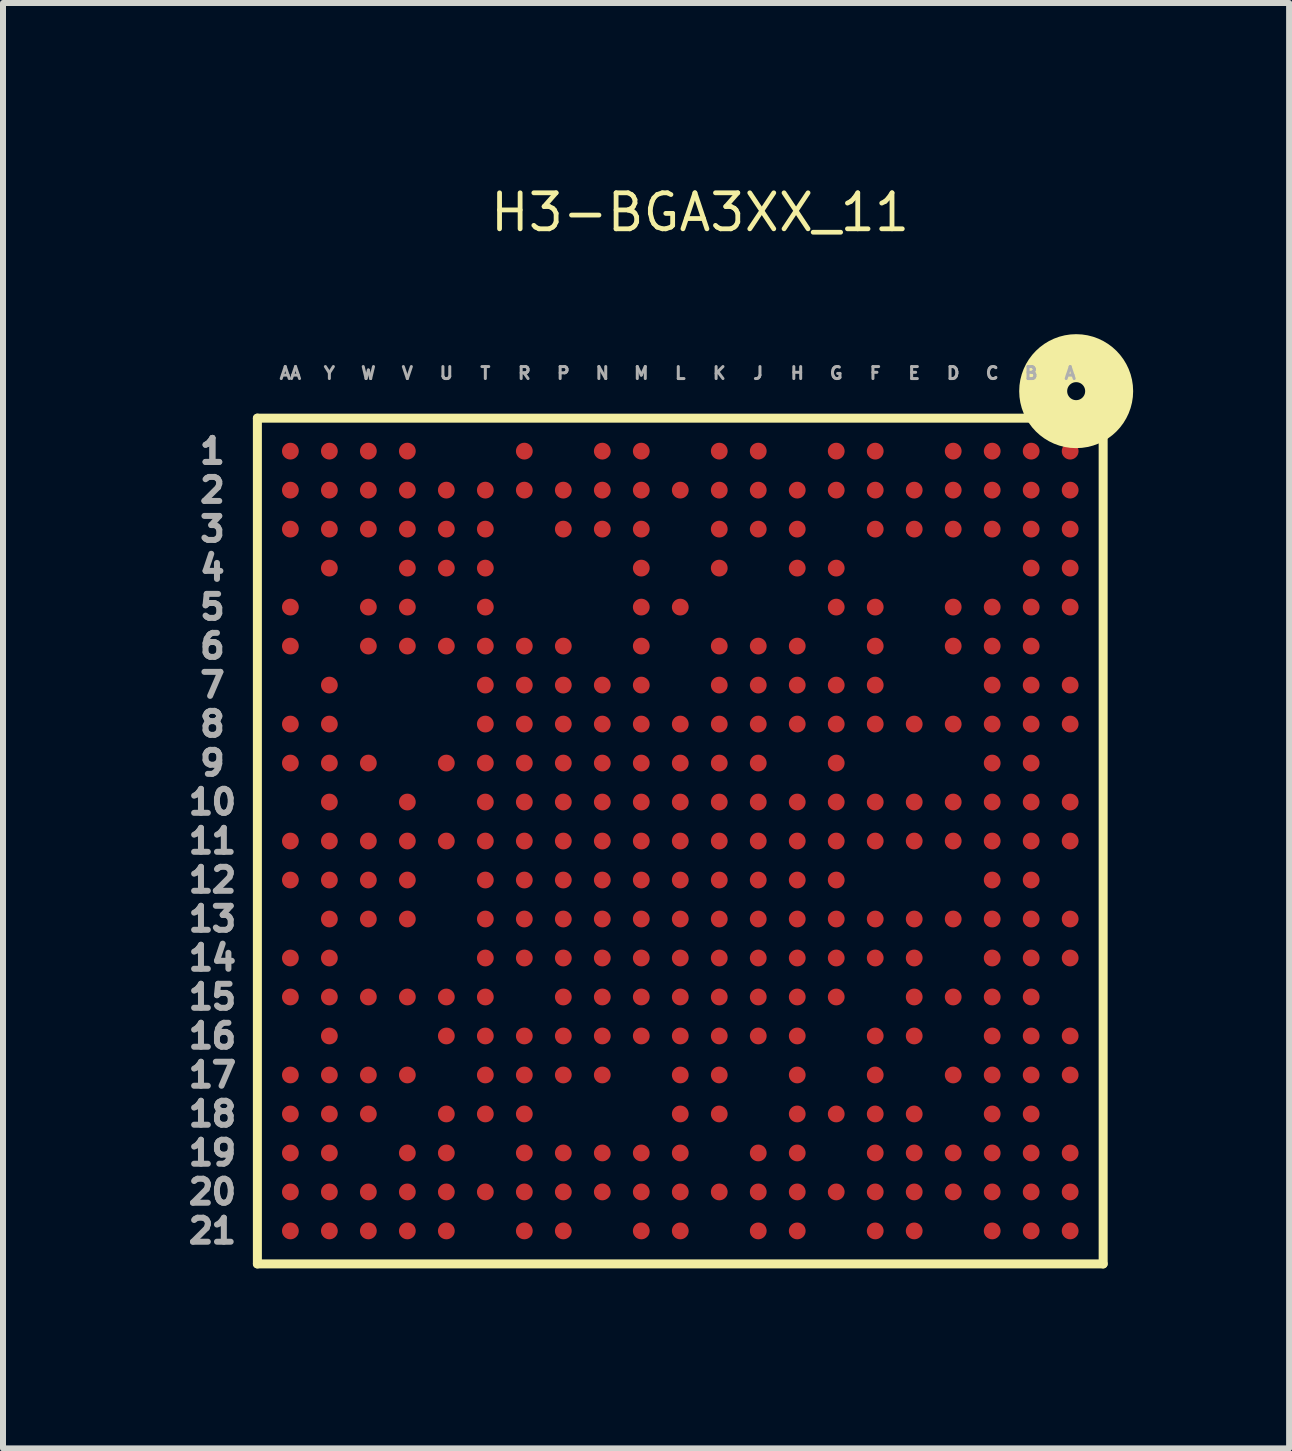
<source format=kicad_pcb>
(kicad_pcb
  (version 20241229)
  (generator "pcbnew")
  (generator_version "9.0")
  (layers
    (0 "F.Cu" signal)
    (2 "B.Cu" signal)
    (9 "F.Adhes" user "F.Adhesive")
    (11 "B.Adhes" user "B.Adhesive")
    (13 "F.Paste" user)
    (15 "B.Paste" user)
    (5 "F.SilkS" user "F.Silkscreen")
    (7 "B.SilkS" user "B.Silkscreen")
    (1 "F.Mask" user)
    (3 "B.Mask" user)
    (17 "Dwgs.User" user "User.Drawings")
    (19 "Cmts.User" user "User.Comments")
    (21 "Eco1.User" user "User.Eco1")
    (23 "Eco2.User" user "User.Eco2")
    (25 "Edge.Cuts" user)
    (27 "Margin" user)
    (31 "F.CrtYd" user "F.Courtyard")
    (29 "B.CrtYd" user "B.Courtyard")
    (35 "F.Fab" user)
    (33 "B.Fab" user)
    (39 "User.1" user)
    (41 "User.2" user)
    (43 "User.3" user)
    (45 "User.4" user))
  (footprint "H3-BGA3XX_11"
    (layer "F.Cu")
    (at 8.291 10.971)
    (property "Reference" "H3-BGA3XX_11" (at 0.33 -10.48 0) (layer "F.SilkS") (effects (font (size 0.6 0.6) (thickness 0.08))))
    (attr through_hole)
    (fp_line (start -7.05 -7.05) (end 7.05 -7.05) (stroke (width 0.15) (type solid)) (layer "F.SilkS"))
    (fp_line (start -7.05 7.05) (end -7.05 -7.05) (stroke (width 0.15) (type solid)) (layer "F.SilkS"))
    (fp_line (start 6.731 -6.985) (end 6.985 -6.731) (stroke (width 0.12) (type solid)) (layer "F.SilkS"))
    (fp_line (start 7.05 -7.05) (end 7.05 7.05) (stroke (width 0.15) (type solid)) (layer "F.SilkS"))
    (fp_line (start 7.05 7.05) (end -7.05 7.05) (stroke (width 0.15) (type solid)) (layer "F.SilkS"))
    (fp_circle (center 6.6 -7.5) (end 6.75 -7.5) (stroke (width 0.8) (type solid)) (fill no) (layer "F.SilkS"))
    (fp_text user "4" (at -7.8 -4.55 0) (layer "F.Fab") (effects (font (size 0.4 0.4) (thickness 0.1))))
    (fp_text user "J" (at 1.3 -7.8 0) (layer "F.Fab") (effects (font (size 0.2 0.2) (thickness 0.05))))
    (fp_text user "U" (at -3.9 -7.8 0) (layer "F.Fab") (effects (font (size 0.2 0.2) (thickness 0.05))))
    (fp_text user "T" (at -3.25 -7.8 0) (layer "F.Fab") (effects (font (size 0.2 0.2) (thickness 0.05))))
    (fp_text user "L" (at 0 -7.8 0) (layer "F.Fab") (effects (font (size 0.2 0.2) (thickness 0.05))))
    (fp_text user "H" (at 1.95 -7.8 0) (layer "F.Fab") (effects (font (size 0.2 0.2) (thickness 0.05))))
    (fp_text user "17" (at -7.8 3.9 0) (layer "F.Fab") (effects (font (size 0.4 0.4) (thickness 0.1))))
    (fp_text user "D" (at 4.55 -7.8 0) (layer "F.Fab") (effects (font (size 0.2 0.2) (thickness 0.05))))
    (fp_text user "V" (at -4.55 -7.8 0) (layer "F.Fab") (effects (font (size 0.2 0.2) (thickness 0.05))))
    (fp_text user "E" (at 3.9 -7.8 0) (layer "F.Fab") (effects (font (size 0.2 0.2) (thickness 0.05))))
    (fp_text user "14" (at -7.8 1.95 0) (layer "F.Fab") (effects (font (size 0.4 0.4) (thickness 0.1))))
    (fp_text user "20" (at -7.8 5.85 0) (layer "F.Fab") (effects (font (size 0.4 0.4) (thickness 0.1))))
    (fp_text user "3" (at -7.8 -5.2 0) (layer "F.Fab") (effects (font (size 0.4 0.4) (thickness 0.1))))
    (fp_text user "A" (at 6.5 -7.8 0) (layer "F.Fab") (effects (font (size 0.2 0.2) (thickness 0.05))))
    (fp_text user "K" (at 0.65 -7.8 0) (layer "F.Fab") (effects (font (size 0.2 0.2) (thickness 0.05))))
    (fp_text user "13" (at -7.8 1.3 0) (layer "F.Fab") (effects (font (size 0.4 0.4) (thickness 0.1))))
    (fp_text user "M" (at -0.65 -7.8 0) (layer "F.Fab") (effects (font (size 0.2 0.2) (thickness 0.05))))
    (fp_text user "Y" (at -5.85 -7.8 0) (layer "F.Fab") (effects (font (size 0.2 0.2) (thickness 0.05))))
    (fp_text user "19" (at -7.8 5.2 0) (layer "F.Fab") (effects (font (size 0.4 0.4) (thickness 0.1))))
    (fp_text user "F" (at 3.25 -7.8 0) (layer "F.Fab") (effects (font (size 0.2 0.2) (thickness 0.05))))
    (fp_text user "1" (at -7.8 -6.5 0) (layer "F.Fab") (effects (font (size 0.4 0.4) (thickness 0.1))))
    (fp_text user "5" (at -7.8 -3.9 0) (layer "F.Fab") (effects (font (size 0.4 0.4) (thickness 0.1))))
    (fp_text user "9" (at -7.8 -1.3 0) (layer "F.Fab") (effects (font (size 0.4 0.4) (thickness 0.1))))
    (fp_text user "2" (at -7.8 -5.85 0) (layer "F.Fab") (effects (font (size 0.4 0.4) (thickness 0.1))))
    (fp_text user "11" (at -7.8 0 0) (layer "F.Fab") (effects (font (size 0.4 0.4) (thickness 0.1))))
    (fp_text user "R" (at -2.6 -7.8 0) (layer "F.Fab") (effects (font (size 0.2 0.2) (thickness 0.05))))
    (fp_text user "N" (at -1.3 -7.8 0) (layer "F.Fab") (effects (font (size 0.2 0.2) (thickness 0.05))))
    (fp_text user "B" (at 5.85 -7.8 0) (layer "F.Fab") (effects (font (size 0.2 0.2) (thickness 0.05))))
    (fp_text user "P" (at -1.95 -7.8 0) (layer "F.Fab") (effects (font (size 0.2 0.2) (thickness 0.05))))
    (fp_text user "8" (at -7.8 -1.95 0) (layer "F.Fab") (effects (font (size 0.4 0.4) (thickness 0.1))))
    (fp_text user "AA" (at -6.5 -7.8 0) (layer "F.Fab") (effects (font (size 0.2 0.2) (thickness 0.05))))
    (fp_text user "10" (at -7.8 -0.65 0) (layer "F.Fab") (effects (font (size 0.4 0.4) (thickness 0.1))))
    (fp_text user "G" (at 2.6 -7.8 0) (layer "F.Fab") (effects (font (size 0.2 0.2) (thickness 0.05))))
    (fp_text user "W" (at -5.2 -7.8 0) (layer "F.Fab") (effects (font (size 0.2 0.2) (thickness 0.05))))
    (fp_text user "21" (at -7.8 6.5 0) (layer "F.Fab") (effects (font (size 0.4 0.4) (thickness 0.1))))
    (fp_text user "C" (at 5.2 -7.8 0) (layer "F.Fab") (effects (font (size 0.2 0.2) (thickness 0.05))))
    (fp_text user "6" (at -7.8 -3.25 0) (layer "F.Fab") (effects (font (size 0.4 0.4) (thickness 0.1))))
    (fp_text user "15" (at -7.8 2.6 0) (layer "F.Fab") (effects (font (size 0.4 0.4) (thickness 0.1))))
    (fp_text user "1" (at -7.8 -6.5 0) (layer "F.Fab") (effects (font (size 0.4 0.4) (thickness 0.1))))
    (fp_text user "18" (at -7.8 4.55 0) (layer "F.Fab") (effects (font (size 0.4 0.4) (thickness 0.1))))
    (fp_text user "12" (at -7.8 0.65 0) (layer "F.Fab") (effects (font (size 0.4 0.4) (thickness 0.1))))
    (fp_text user "7" (at -7.8 -2.6 0) (layer "F.Fab") (effects (font (size 0.4 0.4) (thickness 0.1))))
    (fp_text user "16" (at -7.8 3.25 0) (layer "F.Fab") (effects (font (size 0.4 0.4) (thickness 0.1))))
    (pad "A1" smd circle (at 6.5 -6.5 270) (size 0.28 0.28) (layers "F.Cu" "F.Mask" "F.Paste"))
    (pad "A2" smd circle (at 6.5 -5.85 270) (size 0.28 0.28) (layers "F.Cu" "F.Mask" "F.Paste"))
    (pad "A3" smd circle (at 6.5 -5.2 270) (size 0.28 0.28) (layers "F.Cu" "F.Mask" "F.Paste"))
    (pad "A4" smd circle (at 6.5 -4.55 270) (size 0.28 0.28) (layers "F.Cu" "F.Mask" "F.Paste"))
    (pad "A5" smd circle (at 6.5 -3.9 270) (size 0.28 0.28) (layers "F.Cu" "F.Mask" "F.Paste"))
    (pad "A7" smd circle (at 6.5 -2.6 270) (size 0.28 0.28) (layers "F.Cu" "F.Mask" "F.Paste"))
    (pad "A8" smd circle (at 6.5 -1.95 270) (size 0.28 0.28) (layers "F.Cu" "F.Mask" "F.Paste"))
    (pad "A10" smd circle (at 6.5 -0.65 270) (size 0.28 0.28) (layers "F.Cu" "F.Mask" "F.Paste"))
    (pad "A11" smd circle (at 6.5 0) (size 0.28 0.28) (layers "F.Cu" "F.Mask" "F.Paste"))
    (pad "A13" smd circle (at 6.5 1.3 180) (size 0.28 0.28) (layers "F.Cu" "F.Mask" "F.Paste"))
    (pad "A14" smd circle (at 6.5 1.95 180) (size 0.28 0.28) (layers "F.Cu" "F.Mask" "F.Paste"))
    (pad "A16" smd circle (at 6.5 3.25 180) (size 0.28 0.28) (layers "F.Cu" "F.Mask" "F.Paste"))
    (pad "A17" smd circle (at 6.5 3.9 180) (size 0.28 0.28) (layers "F.Cu" "F.Mask" "F.Paste"))
    (pad "A19" smd circle (at 6.5 5.2 180) (size 0.28 0.28) (layers "F.Cu" "F.Mask" "F.Paste"))
    (pad "A20" smd circle (at 6.5 5.85 180) (size 0.28 0.28) (layers "F.Cu" "F.Mask" "F.Paste"))
    (pad "A21" smd circle (at 6.5 6.5 180) (size 0.28 0.28) (layers "F.Cu" "F.Mask" "F.Paste"))
    (pad "AA1" smd circle (at -6.5 -6.5) (size 0.28 0.28) (layers "F.Cu" "F.Mask" "F.Paste"))
    (pad "AA2" smd circle (at -6.5 -5.85) (size 0.28 0.28) (layers "F.Cu" "F.Mask" "F.Paste"))
    (pad "AA3" smd circle (at -6.5 -5.2) (size 0.28 0.28) (layers "F.Cu" "F.Mask" "F.Paste"))
    (pad "AA5" smd circle (at -6.5 -3.9) (size 0.28 0.28) (layers "F.Cu" "F.Mask" "F.Paste"))
    (pad "AA6" smd circle (at -6.5 -3.25) (size 0.28 0.28) (layers "F.Cu" "F.Mask" "F.Paste"))
    (pad "AA8" smd circle (at -6.5 -1.95) (size 0.28 0.28) (layers "F.Cu" "F.Mask" "F.Paste"))
    (pad "AA9" smd circle (at -6.5 -1.3) (size 0.28 0.28) (layers "F.Cu" "F.Mask" "F.Paste"))
    (pad "AA11" smd circle (at -6.5 0) (size 0.28 0.28) (layers "F.Cu" "F.Mask" "F.Paste"))
    (pad "AA12" smd circle (at -6.5 0.65 90) (size 0.28 0.28) (layers "F.Cu" "F.Mask" "F.Paste"))
    (pad "AA14" smd circle (at -6.5 1.95 90) (size 0.28 0.28) (layers "F.Cu" "F.Mask" "F.Paste"))
    (pad "AA15" smd circle (at -6.5 2.6 90) (size 0.28 0.28) (layers "F.Cu" "F.Mask" "F.Paste"))
    (pad "AA17" smd circle (at -6.5 3.9 90) (size 0.28 0.28) (layers "F.Cu" "F.Mask" "F.Paste"))
    (pad "AA18" smd circle (at -6.5 4.55 90) (size 0.28 0.28) (layers "F.Cu" "F.Mask" "F.Paste"))
    (pad "AA19" smd circle (at -6.5 5.2 90) (size 0.28 0.28) (layers "F.Cu" "F.Mask" "F.Paste"))
    (pad "AA20" smd circle (at -6.5 5.85 90) (size 0.28 0.28) (layers "F.Cu" "F.Mask" "F.Paste"))
    (pad "AA21" smd circle (at -6.5 6.5 90) (size 0.28 0.28) (layers "F.Cu" "F.Mask" "F.Paste"))
    (pad "B1" smd circle (at 5.85 -6.5 270) (size 0.28 0.28) (layers "F.Cu" "F.Mask" "F.Paste"))
    (pad "B2" smd circle (at 5.85 -5.85 270) (size 0.28 0.28) (layers "F.Cu" "F.Mask" "F.Paste"))
    (pad "B3" smd circle (at 5.85 -5.2 270) (size 0.28 0.28) (layers "F.Cu" "F.Mask" "F.Paste"))
    (pad "B4" smd circle (at 5.85 -4.55 270) (size 0.28 0.28) (layers "F.Cu" "F.Mask" "F.Paste"))
    (pad "B5" smd circle (at 5.85 -3.9 270) (size 0.28 0.28) (layers "F.Cu" "F.Mask" "F.Paste"))
    (pad "B6" smd circle (at 5.85 -3.25 270) (size 0.28 0.28) (layers "F.Cu" "F.Mask" "F.Paste"))
    (pad "B7" smd circle (at 5.85 -2.6 270) (size 0.28 0.28) (layers "F.Cu" "F.Mask" "F.Paste"))
    (pad "B8" smd circle (at 5.85 -1.95 270) (size 0.28 0.28) (layers "F.Cu" "F.Mask" "F.Paste"))
    (pad "B9" smd circle (at 5.85 -1.3 270) (size 0.28 0.28) (layers "F.Cu" "F.Mask" "F.Paste"))
    (pad "B10" smd circle (at 5.85 -0.65 270) (size 0.28 0.28) (layers "F.Cu" "F.Mask" "F.Paste"))
    (pad "B11" smd circle (at 5.85 0) (size 0.28 0.28) (layers "F.Cu" "F.Mask" "F.Paste"))
    (pad "B12" smd circle (at 5.85 0.65 180) (size 0.28 0.28) (layers "F.Cu" "F.Mask" "F.Paste"))
    (pad "B13" smd circle (at 5.85 1.3 180) (size 0.28 0.28) (layers "F.Cu" "F.Mask" "F.Paste"))
    (pad "B14" smd circle (at 5.85 1.95 180) (size 0.28 0.28) (layers "F.Cu" "F.Mask" "F.Paste"))
    (pad "B15" smd circle (at 5.85 2.6 180) (size 0.28 0.28) (layers "F.Cu" "F.Mask" "F.Paste"))
    (pad "B16" smd circle (at 5.85 3.25 180) (size 0.28 0.28) (layers "F.Cu" "F.Mask" "F.Paste"))
    (pad "B17" smd circle (at 5.85 3.9 180) (size 0.28 0.28) (layers "F.Cu" "F.Mask" "F.Paste"))
    (pad "B18" smd circle (at 5.85 4.55 180) (size 0.28 0.28) (layers "F.Cu" "F.Mask" "F.Paste"))
    (pad "B19" smd circle (at 5.85 5.2 180) (size 0.28 0.28) (layers "F.Cu" "F.Mask" "F.Paste"))
    (pad "B20" smd circle (at 5.85 5.85 180) (size 0.28 0.28) (layers "F.Cu" "F.Mask" "F.Paste"))
    (pad "B21" smd circle (at 5.85 6.5 180) (size 0.28 0.28) (layers "F.Cu" "F.Mask" "F.Paste"))
    (pad "C1" smd circle (at 5.2 -6.5 270) (size 0.28 0.28) (layers "F.Cu" "F.Mask" "F.Paste"))
    (pad "C2" smd circle (at 5.2 -5.85 270) (size 0.28 0.28) (layers "F.Cu" "F.Mask" "F.Paste"))
    (pad "C3" smd circle (at 5.2 -5.2 270) (size 0.28 0.28) (layers "F.Cu" "F.Mask" "F.Paste"))
    (pad "C5" smd circle (at 5.2 -3.9 270) (size 0.28 0.28) (layers "F.Cu" "F.Mask" "F.Paste"))
    (pad "C6" smd circle (at 5.2 -3.25 270) (size 0.28 0.28) (layers "F.Cu" "F.Mask" "F.Paste"))
    (pad "C7" smd circle (at 5.2 -2.6 270) (size 0.28 0.28) (layers "F.Cu" "F.Mask" "F.Paste"))
    (pad "C8" smd circle (at 5.2 -1.95 270) (size 0.28 0.28) (layers "F.Cu" "F.Mask" "F.Paste"))
    (pad "C9" smd circle (at 5.2 -1.3 270) (size 0.28 0.28) (layers "F.Cu" "F.Mask" "F.Paste"))
    (pad "C10" smd circle (at 5.2 -0.65 270) (size 0.28 0.28) (layers "F.Cu" "F.Mask" "F.Paste"))
    (pad "C11" smd circle (at 5.2 0) (size 0.28 0.28) (layers "F.Cu" "F.Mask" "F.Paste"))
    (pad "C12" smd circle (at 5.2 0.65 180) (size 0.28 0.28) (layers "F.Cu" "F.Mask" "F.Paste"))
    (pad "C13" smd circle (at 5.2 1.3 180) (size 0.28 0.28) (layers "F.Cu" "F.Mask" "F.Paste"))
    (pad "C14" smd circle (at 5.2 1.95 180) (size 0.28 0.28) (layers "F.Cu" "F.Mask" "F.Paste"))
    (pad "C15" smd circle (at 5.2 2.6 180) (size 0.28 0.28) (layers "F.Cu" "F.Mask" "F.Paste"))
    (pad "C16" smd circle (at 5.2 3.25 180) (size 0.28 0.28) (layers "F.Cu" "F.Mask" "F.Paste"))
    (pad "C17" smd circle (at 5.2 3.9 180) (size 0.28 0.28) (layers "F.Cu" "F.Mask" "F.Paste"))
    (pad "C18" smd circle (at 5.2 4.55 180) (size 0.28 0.28) (layers "F.Cu" "F.Mask" "F.Paste"))
    (pad "C19" smd circle (at 5.2 5.2 180) (size 0.28 0.28) (layers "F.Cu" "F.Mask" "F.Paste"))
    (pad "C20" smd circle (at 5.2 5.85 180) (size 0.28 0.28) (layers "F.Cu" "F.Mask" "F.Paste"))
    (pad "C21" smd circle (at 5.2 6.5 180) (size 0.28 0.28) (layers "F.Cu" "F.Mask" "F.Paste"))
    (pad "D1" smd circle (at 4.55 -6.5 270) (size 0.28 0.28) (layers "F.Cu" "F.Mask" "F.Paste"))
    (pad "D2" smd circle (at 4.55 -5.85 270) (size 0.28 0.28) (layers "F.Cu" "F.Mask" "F.Paste"))
    (pad "D3" smd circle (at 4.55 -5.2 270) (size 0.28 0.28) (layers "F.Cu" "F.Mask" "F.Paste"))
    (pad "D5" smd circle (at 4.55 -3.9 270) (size 0.28 0.28) (layers "F.Cu" "F.Mask" "F.Paste"))
    (pad "D6" smd circle (at 4.55 -3.25 270) (size 0.28 0.28) (layers "F.Cu" "F.Mask" "F.Paste"))
    (pad "D8" smd circle (at 4.55 -1.95 270) (size 0.28 0.28) (layers "F.Cu" "F.Mask" "F.Paste"))
    (pad "D10" smd circle (at 4.55 -0.65 270) (size 0.28 0.28) (layers "F.Cu" "F.Mask" "F.Paste"))
    (pad "D11" smd circle (at 4.55 0) (size 0.28 0.28) (layers "F.Cu" "F.Mask" "F.Paste"))
    (pad "D13" smd circle (at 4.55 1.3 180) (size 0.28 0.28) (layers "F.Cu" "F.Mask" "F.Paste"))
    (pad "D15" smd circle (at 4.55 2.6 180) (size 0.28 0.28) (layers "F.Cu" "F.Mask" "F.Paste"))
    (pad "D17" smd circle (at 4.55 3.9 180) (size 0.28 0.28) (layers "F.Cu" "F.Mask" "F.Paste"))
    (pad "D19" smd circle (at 4.55 5.2 180) (size 0.28 0.28) (layers "F.Cu" "F.Mask" "F.Paste"))
    (pad "D20" smd circle (at 4.55 5.85 180) (size 0.28 0.28) (layers "F.Cu" "F.Mask" "F.Paste"))
    (pad "E2" smd circle (at 3.9 -5.85 270) (size 0.28 0.28) (layers "F.Cu" "F.Mask" "F.Paste"))
    (pad "E3" smd circle (at 3.9 -5.2 270) (size 0.28 0.28) (layers "F.Cu" "F.Mask" "F.Paste"))
    (pad "E8" smd circle (at 3.9 -1.95 270) (size 0.28 0.28) (layers "F.Cu" "F.Mask" "F.Paste"))
    (pad "E10" smd circle (at 3.9 -0.65 270) (size 0.28 0.28) (layers "F.Cu" "F.Mask" "F.Paste"))
    (pad "E11" smd circle (at 3.9 0) (size 0.28 0.28) (layers "F.Cu" "F.Mask" "F.Paste"))
    (pad "E13" smd circle (at 3.9 1.3 180) (size 0.28 0.28) (layers "F.Cu" "F.Mask" "F.Paste"))
    (pad "E14" smd circle (at 3.9 1.95 180) (size 0.28 0.28) (layers "F.Cu" "F.Mask" "F.Paste"))
    (pad "E15" smd circle (at 3.9 2.6 180) (size 0.28 0.28) (layers "F.Cu" "F.Mask" "F.Paste"))
    (pad "E16" smd circle (at 3.9 3.25 180) (size 0.28 0.28) (layers "F.Cu" "F.Mask" "F.Paste"))
    (pad "E18" smd circle (at 3.9 4.55 180) (size 0.28 0.28) (layers "F.Cu" "F.Mask" "F.Paste"))
    (pad "E19" smd circle (at 3.9 5.2 180) (size 0.28 0.28) (layers "F.Cu" "F.Mask" "F.Paste"))
    (pad "E20" smd circle (at 3.9 5.85 180) (size 0.28 0.28) (layers "F.Cu" "F.Mask" "F.Paste"))
    (pad "E21" smd circle (at 3.9 6.5 180) (size 0.28 0.28) (layers "F.Cu" "F.Mask" "F.Paste"))
    (pad "F1" smd circle (at 3.25 -6.5 270) (size 0.28 0.28) (layers "F.Cu" "F.Mask" "F.Paste"))
    (pad "F2" smd circle (at 3.25 -5.85 270) (size 0.28 0.28) (layers "F.Cu" "F.Mask" "F.Paste"))
    (pad "F3" smd circle (at 3.25 -5.2 270) (size 0.28 0.28) (layers "F.Cu" "F.Mask" "F.Paste"))
    (pad "F5" smd circle (at 3.25 -3.9 270) (size 0.28 0.28) (layers "F.Cu" "F.Mask" "F.Paste"))
    (pad "F6" smd circle (at 3.25 -3.25 270) (size 0.28 0.28) (layers "F.Cu" "F.Mask" "F.Paste"))
    (pad "F7" smd circle (at 3.25 -2.6 270) (size 0.28 0.28) (layers "F.Cu" "F.Mask" "F.Paste"))
    (pad "F8" smd circle (at 3.25 -1.95 270) (size 0.28 0.28) (layers "F.Cu" "F.Mask" "F.Paste"))
    (pad "F10" smd circle (at 3.25 -0.65 270) (size 0.28 0.28) (layers "F.Cu" "F.Mask" "F.Paste"))
    (pad "F11" smd circle (at 3.25 0) (size 0.28 0.28) (layers "F.Cu" "F.Mask" "F.Paste"))
    (pad "F13" smd circle (at 3.25 1.3 180) (size 0.28 0.28) (layers "F.Cu" "F.Mask" "F.Paste"))
    (pad "F14" smd circle (at 3.25 1.95 180) (size 0.28 0.28) (layers "F.Cu" "F.Mask" "F.Paste"))
    (pad "F16" smd circle (at 3.25 3.25 180) (size 0.28 0.28) (layers "F.Cu" "F.Mask" "F.Paste"))
    (pad "F17" smd circle (at 3.25 3.9 180) (size 0.28 0.28) (layers "F.Cu" "F.Mask" "F.Paste"))
    (pad "F18" smd circle (at 3.25 4.55 180) (size 0.28 0.28) (layers "F.Cu" "F.Mask" "F.Paste"))
    (pad "F19" smd circle (at 3.25 5.2 180) (size 0.28 0.28) (layers "F.Cu" "F.Mask" "F.Paste"))
    (pad "F20" smd circle (at 3.25 5.85 180) (size 0.28 0.28) (layers "F.Cu" "F.Mask" "F.Paste"))
    (pad "F21" smd circle (at 3.25 6.5 180) (size 0.28 0.28) (layers "F.Cu" "F.Mask" "F.Paste"))
    (pad "G1" smd circle (at 2.6 -6.5 270) (size 0.28 0.28) (layers "F.Cu" "F.Mask" "F.Paste"))
    (pad "G2" smd circle (at 2.6 -5.85 270) (size 0.28 0.28) (layers "F.Cu" "F.Mask" "F.Paste"))
    (pad "G4" smd circle (at 2.6 -4.55 270) (size 0.28 0.28) (layers "F.Cu" "F.Mask" "F.Paste"))
    (pad "G5" smd circle (at 2.6 -3.9 270) (size 0.28 0.28) (layers "F.Cu" "F.Mask" "F.Paste"))
    (pad "G7" smd circle (at 2.6 -2.6 270) (size 0.28 0.28) (layers "F.Cu" "F.Mask" "F.Paste"))
    (pad "G8" smd circle (at 2.6 -1.95 270) (size 0.28 0.28) (layers "F.Cu" "F.Mask" "F.Paste"))
    (pad "G9" smd circle (at 2.6 -1.3 270) (size 0.28 0.28) (layers "F.Cu" "F.Mask" "F.Paste"))
    (pad "G10" smd circle (at 2.6 -0.65 270) (size 0.28 0.28) (layers "F.Cu" "F.Mask" "F.Paste"))
    (pad "G11" smd circle (at 2.6 0) (size 0.28 0.28) (layers "F.Cu" "F.Mask" "F.Paste"))
    (pad "G12" smd circle (at 2.6 0.65 180) (size 0.28 0.28) (layers "F.Cu" "F.Mask" "F.Paste"))
    (pad "G13" smd circle (at 2.6 1.3 180) (size 0.28 0.28) (layers "F.Cu" "F.Mask" "F.Paste"))
    (pad "G14" smd circle (at 2.6 1.95 180) (size 0.28 0.28) (layers "F.Cu" "F.Mask" "F.Paste"))
    (pad "G15" smd circle (at 2.6 2.6 180) (size 0.28 0.28) (layers "F.Cu" "F.Mask" "F.Paste"))
    (pad "G18" smd circle (at 2.6 4.55 180) (size 0.28 0.28) (layers "F.Cu" "F.Mask" "F.Paste"))
    (pad "G20" smd circle (at 2.6 5.85 180) (size 0.28 0.28) (layers "F.Cu" "F.Mask" "F.Paste"))
    (pad "H2" smd circle (at 1.95 -5.85 270) (size 0.28 0.28) (layers "F.Cu" "F.Mask" "F.Paste"))
    (pad "H3" smd circle (at 1.95 -5.2 270) (size 0.28 0.28) (layers "F.Cu" "F.Mask" "F.Paste"))
    (pad "H4" smd circle (at 1.95 -4.55 270) (size 0.28 0.28) (layers "F.Cu" "F.Mask" "F.Paste"))
    (pad "H6" smd circle (at 1.95 -3.25 270) (size 0.28 0.28) (layers "F.Cu" "F.Mask" "F.Paste"))
    (pad "H7" smd circle (at 1.95 -2.6 270) (size 0.28 0.28) (layers "F.Cu" "F.Mask" "F.Paste"))
    (pad "H8" smd circle (at 1.95 -1.95 270) (size 0.28 0.28) (layers "F.Cu" "F.Mask" "F.Paste"))
    (pad "H10" smd circle (at 1.95 -0.65 270) (size 0.28 0.28) (layers "F.Cu" "F.Mask" "F.Paste"))
    (pad "H11" smd circle (at 1.95 0) (size 0.28 0.28) (layers "F.Cu" "F.Mask" "F.Paste"))
    (pad "H12" smd circle (at 1.95 0.65 180) (size 0.28 0.28) (layers "F.Cu" "F.Mask" "F.Paste"))
    (pad "H13" smd circle (at 1.95 1.3 180) (size 0.28 0.28) (layers "F.Cu" "F.Mask" "F.Paste"))
    (pad "H14" smd circle (at 1.95 1.95 180) (size 0.28 0.28) (layers "F.Cu" "F.Mask" "F.Paste"))
    (pad "H15" smd circle (at 1.95 2.6 180) (size 0.28 0.28) (layers "F.Cu" "F.Mask" "F.Paste"))
    (pad "H16" smd circle (at 1.95 3.25 180) (size 0.28 0.28) (layers "F.Cu" "F.Mask" "F.Paste"))
    (pad "H17" smd circle (at 1.95 3.9 180) (size 0.28 0.28) (layers "F.Cu" "F.Mask" "F.Paste"))
    (pad "H18" smd circle (at 1.95 4.55 180) (size 0.28 0.28) (layers "F.Cu" "F.Mask" "F.Paste"))
    (pad "H19" smd circle (at 1.95 5.2 180) (size 0.28 0.28) (layers "F.Cu" "F.Mask" "F.Paste"))
    (pad "H20" smd circle (at 1.95 5.85 180) (size 0.28 0.28) (layers "F.Cu" "F.Mask" "F.Paste"))
    (pad "H21" smd circle (at 1.95 6.5 180) (size 0.28 0.28) (layers "F.Cu" "F.Mask" "F.Paste"))
    (pad "J1" smd circle (at 1.3 -6.5 270) (size 0.28 0.28) (layers "F.Cu" "F.Mask" "F.Paste"))
    (pad "J2" smd circle (at 1.3 -5.85 270) (size 0.28 0.28) (layers "F.Cu" "F.Mask" "F.Paste"))
    (pad "J3" smd circle (at 1.3 -5.2 270) (size 0.28 0.28) (layers "F.Cu" "F.Mask" "F.Paste"))
    (pad "J6" smd circle (at 1.3 -3.25 270) (size 0.28 0.28) (layers "F.Cu" "F.Mask" "F.Paste"))
    (pad "J7" smd circle (at 1.3 -2.6 270) (size 0.28 0.28) (layers "F.Cu" "F.Mask" "F.Paste"))
    (pad "J8" smd circle (at 1.3 -1.95 270) (size 0.28 0.28) (layers "F.Cu" "F.Mask" "F.Paste"))
    (pad "J9" smd circle (at 1.3 -1.3 270) (size 0.28 0.28) (layers "F.Cu" "F.Mask" "F.Paste"))
    (pad "J10" smd circle (at 1.3 -0.65 270) (size 0.28 0.28) (layers "F.Cu" "F.Mask" "F.Paste"))
    (pad "J11" smd circle (at 1.3 0) (size 0.28 0.28) (layers "F.Cu" "F.Mask" "F.Paste"))
    (pad "J12" smd circle (at 1.3 0.65 180) (size 0.28 0.28) (layers "F.Cu" "F.Mask" "F.Paste"))
    (pad "J13" smd circle (at 1.3 1.3 180) (size 0.28 0.28) (layers "F.Cu" "F.Mask" "F.Paste"))
    (pad "J14" smd circle (at 1.3 1.95 180) (size 0.28 0.28) (layers "F.Cu" "F.Mask" "F.Paste"))
    (pad "J15" smd circle (at 1.3 2.6 180) (size 0.28 0.28) (layers "F.Cu" "F.Mask" "F.Paste"))
    (pad "J16" smd circle (at 1.3 3.25 180) (size 0.28 0.28) (layers "F.Cu" "F.Mask" "F.Paste"))
    (pad "J19" smd circle (at 1.3 5.2 180) (size 0.28 0.28) (layers "F.Cu" "F.Mask" "F.Paste"))
    (pad "J20" smd circle (at 1.3 5.85 180) (size 0.28 0.28) (layers "F.Cu" "F.Mask" "F.Paste"))
    (pad "J21" smd circle (at 1.3 6.5 180) (size 0.28 0.28) (layers "F.Cu" "F.Mask" "F.Paste"))
    (pad "K1" smd circle (at 0.65 -6.5 270) (size 0.28 0.28) (layers "F.Cu" "F.Mask" "F.Paste"))
    (pad "K2" smd circle (at 0.65 -5.85 270) (size 0.28 0.28) (layers "F.Cu" "F.Mask" "F.Paste"))
    (pad "K3" smd circle (at 0.65 -5.2 270) (size 0.28 0.28) (layers "F.Cu" "F.Mask" "F.Paste"))
    (pad "K4" smd circle (at 0.65 -4.55 270) (size 0.28 0.28) (layers "F.Cu" "F.Mask" "F.Paste"))
    (pad "K6" smd circle (at 0.65 -3.25 270) (size 0.28 0.28) (layers "F.Cu" "F.Mask" "F.Paste"))
    (pad "K7" smd circle (at 0.65 -2.6 270) (size 0.28 0.28) (layers "F.Cu" "F.Mask" "F.Paste"))
    (pad "K8" smd circle (at 0.65 -1.95 270) (size 0.28 0.28) (layers "F.Cu" "F.Mask" "F.Paste"))
    (pad "K9" smd circle (at 0.65 -1.3 270) (size 0.28 0.28) (layers "F.Cu" "F.Mask" "F.Paste"))
    (pad "K10" smd circle (at 0.65 -0.65 270) (size 0.28 0.28) (layers "F.Cu" "F.Mask" "F.Paste"))
    (pad "K11" smd circle (at 0.65 0) (size 0.28 0.28) (layers "F.Cu" "F.Mask" "F.Paste"))
    (pad "K12" smd circle (at 0.65 0.65 180) (size 0.28 0.28) (layers "F.Cu" "F.Mask" "F.Paste"))
    (pad "K13" smd circle (at 0.65 1.3 180) (size 0.28 0.28) (layers "F.Cu" "F.Mask" "F.Paste"))
    (pad "K14" smd circle (at 0.65 1.95 180) (size 0.28 0.28) (layers "F.Cu" "F.Mask" "F.Paste"))
    (pad "K15" smd circle (at 0.65 2.6 180) (size 0.28 0.28) (layers "F.Cu" "F.Mask" "F.Paste"))
    (pad "K16" smd circle (at 0.65 3.25 180) (size 0.28 0.28) (layers "F.Cu" "F.Mask" "F.Paste"))
    (pad "K17" smd circle (at 0.65 3.9 180) (size 0.28 0.28) (layers "F.Cu" "F.Mask" "F.Paste"))
    (pad "K18" smd circle (at 0.65 4.55 180) (size 0.28 0.28) (layers "F.Cu" "F.Mask" "F.Paste"))
    (pad "K20" smd circle (at 0.65 5.85 180) (size 0.28 0.28) (layers "F.Cu" "F.Mask" "F.Paste"))
    (pad "L2" smd circle (at 0 -5.85) (size 0.28 0.28) (layers "F.Cu" "F.Mask" "F.Paste"))
    (pad "L5" smd circle (at 0 -3.9) (size 0.28 0.28) (layers "F.Cu" "F.Mask" "F.Paste"))
    (pad "L8" smd circle (at 0 -1.95) (size 0.28 0.28) (layers "F.Cu" "F.Mask" "F.Paste"))
    (pad "L9" smd circle (at 0 -1.3) (size 0.28 0.28) (layers "F.Cu" "F.Mask" "F.Paste"))
    (pad "L10" smd circle (at 0 -0.65) (size 0.28 0.28) (layers "F.Cu" "F.Mask" "F.Paste"))
    (pad "L11" smd circle (at 0 0) (size 0.28 0.28) (layers "F.Cu" "F.Mask" "F.Paste"))
    (pad "L12" smd circle (at 0 0.65 90) (size 0.28 0.28) (layers "F.Cu" "F.Mask" "F.Paste"))
    (pad "L13" smd circle (at 0 1.3 90) (size 0.28 0.28) (layers "F.Cu" "F.Mask" "F.Paste"))
    (pad "L14" smd circle (at 0 1.95 90) (size 0.28 0.28) (layers "F.Cu" "F.Mask" "F.Paste"))
    (pad "L15" smd circle (at 0 2.6 90) (size 0.28 0.28) (layers "F.Cu" "F.Mask" "F.Paste"))
    (pad "L16" smd circle (at 0 3.25 90) (size 0.28 0.28) (layers "F.Cu" "F.Mask" "F.Paste"))
    (pad "L17" smd circle (at 0 3.9 90) (size 0.28 0.28) (layers "F.Cu" "F.Mask" "F.Paste"))
    (pad "L18" smd circle (at 0 4.55 90) (size 0.28 0.28) (layers "F.Cu" "F.Mask" "F.Paste"))
    (pad "L19" smd circle (at 0 5.2 90) (size 0.28 0.28) (layers "F.Cu" "F.Mask" "F.Paste"))
    (pad "L20" smd circle (at 0 5.85 90) (size 0.28 0.28) (layers "F.Cu" "F.Mask" "F.Paste"))
    (pad "L21" smd circle (at 0 6.5 90) (size 0.28 0.28) (layers "F.Cu" "F.Mask" "F.Paste"))
    (pad "M1" smd circle (at -0.65 -6.5) (size 0.28 0.28) (layers "F.Cu" "F.Mask" "F.Paste"))
    (pad "M2" smd circle (at -0.65 -5.85) (size 0.28 0.28) (layers "F.Cu" "F.Mask" "F.Paste"))
    (pad "M3" smd circle (at -0.65 -5.2) (size 0.28 0.28) (layers "F.Cu" "F.Mask" "F.Paste"))
    (pad "M4" smd circle (at -0.65 -4.55) (size 0.28 0.28) (layers "F.Cu" "F.Mask" "F.Paste"))
    (pad "M5" smd circle (at -0.65 -3.9) (size 0.28 0.28) (layers "F.Cu" "F.Mask" "F.Paste"))
    (pad "M6" smd circle (at -0.65 -3.25) (size 0.28 0.28) (layers "F.Cu" "F.Mask" "F.Paste"))
    (pad "M7" smd circle (at -0.65 -2.6) (size 0.28 0.28) (layers "F.Cu" "F.Mask" "F.Paste"))
    (pad "M8" smd circle (at -0.65 -1.95) (size 0.28 0.28) (layers "F.Cu" "F.Mask" "F.Paste"))
    (pad "M9" smd circle (at -0.65 -1.3) (size 0.28 0.28) (layers "F.Cu" "F.Mask" "F.Paste"))
    (pad "M10" smd circle (at -0.65 -0.65) (size 0.28 0.28) (layers "F.Cu" "F.Mask" "F.Paste"))
    (pad "M11" smd circle (at -0.65 0) (size 0.28 0.28) (layers "F.Cu" "F.Mask" "F.Paste"))
    (pad "M12" smd circle (at -0.65 0.65 90) (size 0.28 0.28) (layers "F.Cu" "F.Mask" "F.Paste"))
    (pad "M13" smd circle (at -0.65 1.3 90) (size 0.28 0.28) (layers "F.Cu" "F.Mask" "F.Paste"))
    (pad "M14" smd circle (at -0.65 1.95 90) (size 0.28 0.28) (layers "F.Cu" "F.Mask" "F.Paste"))
    (pad "M15" smd circle (at -0.65 2.6 90) (size 0.28 0.28) (layers "F.Cu" "F.Mask" "F.Paste"))
    (pad "M16" smd circle (at -0.65 3.25 90) (size 0.28 0.28) (layers "F.Cu" "F.Mask" "F.Paste"))
    (pad "M19" smd circle (at -0.65 5.2 90) (size 0.28 0.28) (layers "F.Cu" "F.Mask" "F.Paste"))
    (pad "M20" smd circle (at -0.65 5.85 90) (size 0.28 0.28) (layers "F.Cu" "F.Mask" "F.Paste"))
    (pad "M21" smd circle (at -0.65 6.5 90) (size 0.28 0.28) (layers "F.Cu" "F.Mask" "F.Paste"))
    (pad "N1" smd circle (at -1.3 -6.5) (size 0.28 0.28) (layers "F.Cu" "F.Mask" "F.Paste"))
    (pad "N2" smd circle (at -1.3 -5.85) (size 0.28 0.28) (layers "F.Cu" "F.Mask" "F.Paste"))
    (pad "N3" smd circle (at -1.3 -5.2) (size 0.28 0.28) (layers "F.Cu" "F.Mask" "F.Paste"))
    (pad "N7" smd circle (at -1.3 -2.6) (size 0.28 0.28) (layers "F.Cu" "F.Mask" "F.Paste"))
    (pad "N8" smd circle (at -1.3 -1.95) (size 0.28 0.28) (layers "F.Cu" "F.Mask" "F.Paste"))
    (pad "N9" smd circle (at -1.3 -1.3) (size 0.28 0.28) (layers "F.Cu" "F.Mask" "F.Paste"))
    (pad "N10" smd circle (at -1.3 -0.65) (size 0.28 0.28) (layers "F.Cu" "F.Mask" "F.Paste"))
    (pad "N11" smd circle (at -1.3 0) (size 0.28 0.28) (layers "F.Cu" "F.Mask" "F.Paste"))
    (pad "N12" smd circle (at -1.3 0.65 90) (size 0.28 0.28) (layers "F.Cu" "F.Mask" "F.Paste"))
    (pad "N13" smd circle (at -1.3 1.3 90) (size 0.28 0.28) (layers "F.Cu" "F.Mask" "F.Paste"))
    (pad "N14" smd circle (at -1.3 1.95 90) (size 0.28 0.28) (layers "F.Cu" "F.Mask" "F.Paste"))
    (pad "N15" smd circle (at -1.3 2.6 90) (size 0.28 0.28) (layers "F.Cu" "F.Mask" "F.Paste"))
    (pad "N16" smd circle (at -1.3 3.25 90) (size 0.28 0.28) (layers "F.Cu" "F.Mask" "F.Paste"))
    (pad "N17" smd circle (at -1.3 3.9 90) (size 0.28 0.28) (layers "F.Cu" "F.Mask" "F.Paste"))
    (pad "N19" smd circle (at -1.3 5.2 90) (size 0.28 0.28) (layers "F.Cu" "F.Mask" "F.Paste"))
    (pad "N20" smd circle (at -1.3 5.85 90) (size 0.28 0.28) (layers "F.Cu" "F.Mask" "F.Paste"))
    (pad "P2" smd circle (at -1.95 -5.85) (size 0.28 0.28) (layers "F.Cu" "F.Mask" "F.Paste"))
    (pad "P3" smd circle (at -1.95 -5.2) (size 0.28 0.28) (layers "F.Cu" "F.Mask" "F.Paste"))
    (pad "P6" smd circle (at -1.95 -3.25) (size 0.28 0.28) (layers "F.Cu" "F.Mask" "F.Paste"))
    (pad "P7" smd circle (at -1.95 -2.6) (size 0.28 0.28) (layers "F.Cu" "F.Mask" "F.Paste"))
    (pad "P8" smd circle (at -1.95 -1.95) (size 0.28 0.28) (layers "F.Cu" "F.Mask" "F.Paste"))
    (pad "P9" smd circle (at -1.95 -1.3) (size 0.28 0.28) (layers "F.Cu" "F.Mask" "F.Paste"))
    (pad "P10" smd circle (at -1.95 -0.65) (size 0.28 0.28) (layers "F.Cu" "F.Mask" "F.Paste"))
    (pad "P11" smd circle (at -1.95 0) (size 0.28 0.28) (layers "F.Cu" "F.Mask" "F.Paste"))
    (pad "P12" smd circle (at -1.95 0.65 90) (size 0.28 0.28) (layers "F.Cu" "F.Mask" "F.Paste"))
    (pad "P13" smd circle (at -1.95 1.3 90) (size 0.28 0.28) (layers "F.Cu" "F.Mask" "F.Paste"))
    (pad "P14" smd circle (at -1.95 1.95 90) (size 0.28 0.28) (layers "F.Cu" "F.Mask" "F.Paste"))
    (pad "P15" smd circle (at -1.95 2.6 90) (size 0.28 0.28) (layers "F.Cu" "F.Mask" "F.Paste"))
    (pad "P16" smd circle (at -1.95 3.25 90) (size 0.28 0.28) (layers "F.Cu" "F.Mask" "F.Paste"))
    (pad "P17" smd circle (at -1.95 3.9 90) (size 0.28 0.28) (layers "F.Cu" "F.Mask" "F.Paste"))
    (pad "P19" smd circle (at -1.95 5.2 90) (size 0.28 0.28) (layers "F.Cu" "F.Mask" "F.Paste"))
    (pad "P20" smd circle (at -1.95 5.85 90) (size 0.28 0.28) (layers "F.Cu" "F.Mask" "F.Paste"))
    (pad "P21" smd circle (at -1.95 6.5 90) (size 0.28 0.28) (layers "F.Cu" "F.Mask" "F.Paste"))
    (pad "R1" smd circle (at -2.6 -6.5) (size 0.28 0.28) (layers "F.Cu" "F.Mask" "F.Paste"))
    (pad "R2" smd circle (at -2.6 -5.85) (size 0.28 0.28) (layers "F.Cu" "F.Mask" "F.Paste"))
    (pad "R6" smd circle (at -2.6 -3.25) (size 0.28 0.28) (layers "F.Cu" "F.Mask" "F.Paste"))
    (pad "R7" smd circle (at -2.6 -2.6) (size 0.28 0.28) (layers "F.Cu" "F.Mask" "F.Paste"))
    (pad "R8" smd circle (at -2.6 -1.95) (size 0.28 0.28) (layers "F.Cu" "F.Mask" "F.Paste"))
    (pad "R9" smd circle (at -2.6 -1.3) (size 0.28 0.28) (layers "F.Cu" "F.Mask" "F.Paste"))
    (pad "R10" smd circle (at -2.6 -0.65) (size 0.28 0.28) (layers "F.Cu" "F.Mask" "F.Paste"))
    (pad "R11" smd circle (at -2.6 0) (size 0.28 0.28) (layers "F.Cu" "F.Mask" "F.Paste"))
    (pad "R12" smd circle (at -2.6 0.65 90) (size 0.28 0.28) (layers "F.Cu" "F.Mask" "F.Paste"))
    (pad "R13" smd circle (at -2.6 1.3 90) (size 0.28 0.28) (layers "F.Cu" "F.Mask" "F.Paste"))
    (pad "R14" smd circle (at -2.6 1.95 90) (size 0.28 0.28) (layers "F.Cu" "F.Mask" "F.Paste"))
    (pad "R16" smd circle (at -2.6 3.25 90) (size 0.28 0.28) (layers "F.Cu" "F.Mask" "F.Paste"))
    (pad "R17" smd circle (at -2.6 3.9 90) (size 0.28 0.28) (layers "F.Cu" "F.Mask" "F.Paste"))
    (pad "R18" smd circle (at -2.6 4.55 90) (size 0.28 0.28) (layers "F.Cu" "F.Mask" "F.Paste"))
    (pad "R19" smd circle (at -2.6 5.2 90) (size 0.28 0.28) (layers "F.Cu" "F.Mask" "F.Paste"))
    (pad "R20" smd circle (at -2.6 5.85 90) (size 0.28 0.28) (layers "F.Cu" "F.Mask" "F.Paste"))
    (pad "R21" smd circle (at -2.6 6.5 90) (size 0.28 0.28) (layers "F.Cu" "F.Mask" "F.Paste"))
    (pad "T2" smd circle (at -3.25 -5.85) (size 0.28 0.28) (layers "F.Cu" "F.Mask" "F.Paste"))
    (pad "T3" smd circle (at -3.25 -5.2) (size 0.28 0.28) (layers "F.Cu" "F.Mask" "F.Paste"))
    (pad "T4" smd circle (at -3.25 -4.55) (size 0.28 0.28) (layers "F.Cu" "F.Mask" "F.Paste"))
    (pad "T5" smd circle (at -3.25 -3.9) (size 0.28 0.28) (layers "F.Cu" "F.Mask" "F.Paste"))
    (pad "T6" smd circle (at -3.25 -3.25) (size 0.28 0.28) (layers "F.Cu" "F.Mask" "F.Paste"))
    (pad "T7" smd circle (at -3.25 -2.6) (size 0.28 0.28) (layers "F.Cu" "F.Mask" "F.Paste"))
    (pad "T8" smd circle (at -3.25 -1.95) (size 0.28 0.28) (layers "F.Cu" "F.Mask" "F.Paste"))
    (pad "T9" smd circle (at -3.25 -1.3) (size 0.28 0.28) (layers "F.Cu" "F.Mask" "F.Paste"))
    (pad "T10" smd circle (at -3.25 -0.65) (size 0.28 0.28) (layers "F.Cu" "F.Mask" "F.Paste"))
    (pad "T11" smd circle (at -3.25 0) (size 0.28 0.28) (layers "F.Cu" "F.Mask" "F.Paste"))
    (pad "T12" smd circle (at -3.25 0.65 90) (size 0.28 0.28) (layers "F.Cu" "F.Mask" "F.Paste"))
    (pad "T13" smd circle (at -3.25 1.3 90) (size 0.28 0.28) (layers "F.Cu" "F.Mask" "F.Paste"))
    (pad "T14" smd circle (at -3.25 1.95 90) (size 0.28 0.28) (layers "F.Cu" "F.Mask" "F.Paste"))
    (pad "T15" smd circle (at -3.25 2.6 90) (size 0.28 0.28) (layers "F.Cu" "F.Mask" "F.Paste"))
    (pad "T16" smd circle (at -3.25 3.25 90) (size 0.28 0.28) (layers "F.Cu" "F.Mask" "F.Paste"))
    (pad "T17" smd circle (at -3.25 3.9 90) (size 0.28 0.28) (layers "F.Cu" "F.Mask" "F.Paste"))
    (pad "T18" smd circle (at -3.25 4.55 90) (size 0.28 0.28) (layers "F.Cu" "F.Mask" "F.Paste"))
    (pad "T20" smd circle (at -3.25 5.85 90) (size 0.28 0.28) (layers "F.Cu" "F.Mask" "F.Paste"))
    (pad "U2" smd circle (at -3.9 -5.85) (size 0.28 0.28) (layers "F.Cu" "F.Mask" "F.Paste"))
    (pad "U3" smd circle (at -3.9 -5.2) (size 0.28 0.28) (layers "F.Cu" "F.Mask" "F.Paste"))
    (pad "U4" smd circle (at -3.9 -4.55) (size 0.28 0.28) (layers "F.Cu" "F.Mask" "F.Paste"))
    (pad "U6" smd circle (at -3.9 -3.25) (size 0.28 0.28) (layers "F.Cu" "F.Mask" "F.Paste"))
    (pad "U9" smd circle (at -3.9 -1.3) (size 0.28 0.28) (layers "F.Cu" "F.Mask" "F.Paste"))
    (pad "U11" smd circle (at -3.9 0) (size 0.28 0.28) (layers "F.Cu" "F.Mask" "F.Paste"))
    (pad "U15" smd circle (at -3.9 2.6 90) (size 0.28 0.28) (layers "F.Cu" "F.Mask" "F.Paste"))
    (pad "U16" smd circle (at -3.9 3.25 90) (size 0.28 0.28) (layers "F.Cu" "F.Mask" "F.Paste"))
    (pad "U18" smd circle (at -3.9 4.55 90) (size 0.28 0.28) (layers "F.Cu" "F.Mask" "F.Paste"))
    (pad "U19" smd circle (at -3.9 5.2 90) (size 0.28 0.28) (layers "F.Cu" "F.Mask" "F.Paste"))
    (pad "U20" smd circle (at -3.9 5.85 90) (size 0.28 0.28) (layers "F.Cu" "F.Mask" "F.Paste"))
    (pad "U21" smd circle (at -3.9 6.5 90) (size 0.28 0.28) (layers "F.Cu" "F.Mask" "F.Paste"))
    (pad "V1" smd circle (at -4.55 -6.5) (size 0.28 0.28) (layers "F.Cu" "F.Mask" "F.Paste"))
    (pad "V2" smd circle (at -4.55 -5.85) (size 0.28 0.28) (layers "F.Cu" "F.Mask" "F.Paste"))
    (pad "V3" smd circle (at -4.55 -5.2) (size 0.28 0.28) (layers "F.Cu" "F.Mask" "F.Paste"))
    (pad "V4" smd circle (at -4.55 -4.55) (size 0.28 0.28) (layers "F.Cu" "F.Mask" "F.Paste"))
    (pad "V5" smd circle (at -4.55 -3.9) (size 0.28 0.28) (layers "F.Cu" "F.Mask" "F.Paste"))
    (pad "V6" smd circle (at -4.55 -3.25) (size 0.28 0.28) (layers "F.Cu" "F.Mask" "F.Paste"))
    (pad "V10" smd circle (at -4.55 -0.65) (size 0.28 0.28) (layers "F.Cu" "F.Mask" "F.Paste"))
    (pad "V11" smd circle (at -4.55 0) (size 0.28 0.28) (layers "F.Cu" "F.Mask" "F.Paste"))
    (pad "V12" smd circle (at -4.55 0.65 90) (size 0.28 0.28) (layers "F.Cu" "F.Mask" "F.Paste"))
    (pad "V13" smd circle (at -4.55 1.3 90) (size 0.28 0.28) (layers "F.Cu" "F.Mask" "F.Paste"))
    (pad "V15" smd circle (at -4.55 2.6 90) (size 0.28 0.28) (layers "F.Cu" "F.Mask" "F.Paste"))
    (pad "V17" smd circle (at -4.55 3.9 90) (size 0.28 0.28) (layers "F.Cu" "F.Mask" "F.Paste"))
    (pad "V19" smd circle (at -4.55 5.2 90) (size 0.28 0.28) (layers "F.Cu" "F.Mask" "F.Paste"))
    (pad "V20" smd circle (at -4.55 5.85 90) (size 0.28 0.28) (layers "F.Cu" "F.Mask" "F.Paste"))
    (pad "V21" smd circle (at -4.55 6.5 90) (size 0.28 0.28) (layers "F.Cu" "F.Mask" "F.Paste"))
    (pad "W1" smd circle (at -5.2 -6.5) (size 0.28 0.28) (layers "F.Cu" "F.Mask" "F.Paste"))
    (pad "W2" smd circle (at -5.2 -5.85) (size 0.28 0.28) (layers "F.Cu" "F.Mask" "F.Paste"))
    (pad "W3" smd circle (at -5.2 -5.2) (size 0.28 0.28) (layers "F.Cu" "F.Mask" "F.Paste"))
    (pad "W5" smd circle (at -5.2 -3.9) (size 0.28 0.28) (layers "F.Cu" "F.Mask" "F.Paste"))
    (pad "W6" smd circle (at -5.2 -3.25) (size 0.28 0.28) (layers "F.Cu" "F.Mask" "F.Paste"))
    (pad "W9" smd circle (at -5.2 -1.3) (size 0.28 0.28) (layers "F.Cu" "F.Mask" "F.Paste"))
    (pad "W11" smd circle (at -5.2 0) (size 0.28 0.28) (layers "F.Cu" "F.Mask" "F.Paste"))
    (pad "W12" smd circle (at -5.2 0.65 90) (size 0.28 0.28) (layers "F.Cu" "F.Mask" "F.Paste"))
    (pad "W13" smd circle (at -5.2 1.3 90) (size 0.28 0.28) (layers "F.Cu" "F.Mask" "F.Paste"))
    (pad "W15" smd circle (at -5.2 2.6 90) (size 0.28 0.28) (layers "F.Cu" "F.Mask" "F.Paste"))
    (pad "W17" smd circle (at -5.2 3.9 90) (size 0.28 0.28) (layers "F.Cu" "F.Mask" "F.Paste"))
    (pad "W18" smd circle (at -5.2 4.55 90) (size 0.28 0.28) (layers "F.Cu" "F.Mask" "F.Paste"))
    (pad "W20" smd circle (at -5.2 5.85 90) (size 0.28 0.28) (layers "F.Cu" "F.Mask" "F.Paste"))
    (pad "W21" smd circle (at -5.2 6.5 90) (size 0.28 0.28) (layers "F.Cu" "F.Mask" "F.Paste"))
    (pad "Y1" smd circle (at -5.85 -6.5) (size 0.28 0.28) (layers "F.Cu" "F.Mask" "F.Paste"))
    (pad "Y2" smd circle (at -5.85 -5.85) (size 0.28 0.28) (layers "F.Cu" "F.Mask" "F.Paste"))
    (pad "Y3" smd circle (at -5.85 -5.2) (size 0.28 0.28) (layers "F.Cu" "F.Mask" "F.Paste"))
    (pad "Y4" smd circle (at -5.85 -4.55) (size 0.28 0.28) (layers "F.Cu" "F.Mask" "F.Paste"))
    (pad "Y7" smd circle (at -5.85 -2.6) (size 0.28 0.28) (layers "F.Cu" "F.Mask" "F.Paste"))
    (pad "Y8" smd circle (at -5.85 -1.95) (size 0.28 0.28) (layers "F.Cu" "F.Mask" "F.Paste"))
    (pad "Y9" smd circle (at -5.85 -1.3) (size 0.28 0.28) (layers "F.Cu" "F.Mask" "F.Paste"))
    (pad "Y10" smd circle (at -5.85 -0.65) (size 0.28 0.28) (layers "F.Cu" "F.Mask" "F.Paste"))
    (pad "Y11" smd circle (at -5.85 0) (size 0.28 0.28) (layers "F.Cu" "F.Mask" "F.Paste"))
    (pad "Y12" smd circle (at -5.85 0.65 90) (size 0.28 0.28) (layers "F.Cu" "F.Mask" "F.Paste"))
    (pad "Y13" smd circle (at -5.85 1.3 90) (size 0.28 0.28) (layers "F.Cu" "F.Mask" "F.Paste"))
    (pad "Y14" smd circle (at -5.85 1.95 90) (size 0.28 0.28) (layers "F.Cu" "F.Mask" "F.Paste"))
    (pad "Y15" smd circle (at -5.85 2.6 90) (size 0.28 0.28) (layers "F.Cu" "F.Mask" "F.Paste"))
    (pad "Y16" smd circle (at -5.85 3.25 90) (size 0.28 0.28) (layers "F.Cu" "F.Mask" "F.Paste"))
    (pad "Y17" smd circle (at -5.85 3.9 90) (size 0.28 0.28) (layers "F.Cu" "F.Mask" "F.Paste"))
    (pad "Y18" smd circle (at -5.85 4.55 90) (size 0.28 0.28) (layers "F.Cu" "F.Mask" "F.Paste"))
    (pad "Y19" smd circle (at -5.85 5.2 90) (size 0.28 0.28) (layers "F.Cu" "F.Mask" "F.Paste"))
    (pad "Y20" smd circle (at -5.85 5.85 90) (size 0.28 0.28) (layers "F.Cu" "F.Mask" "F.Paste"))
    (pad "Y21" smd circle (at -5.85 6.5 90) (size 0.28 0.28) (layers "F.Cu" "F.Mask" "F.Paste")))
  (gr_rect
    (start -3 -3)
    (end 18.441 21.096)
    (stroke (width 0.1) (type default))
    (fill no)
    (layer "Edge.Cuts")))
</source>
